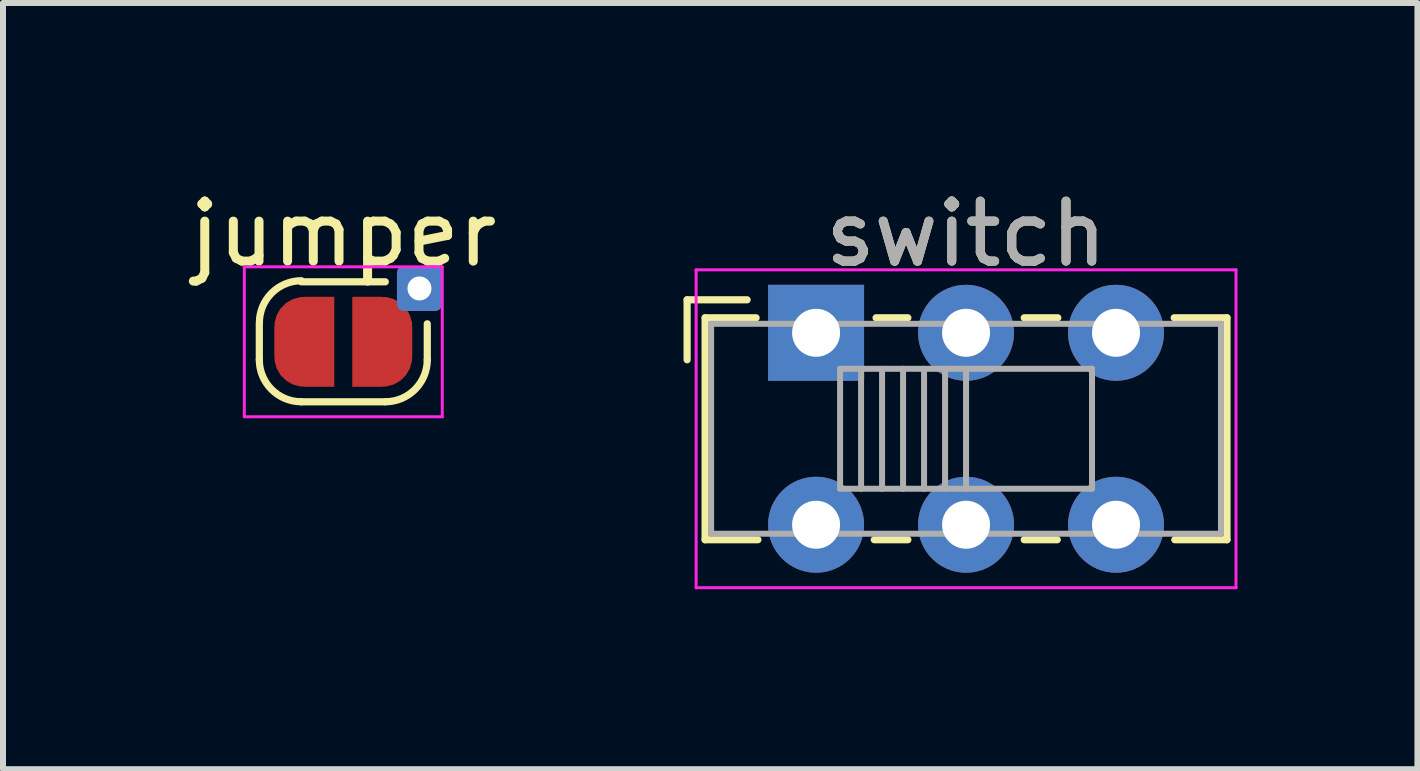
<source format=kicad_pcb>
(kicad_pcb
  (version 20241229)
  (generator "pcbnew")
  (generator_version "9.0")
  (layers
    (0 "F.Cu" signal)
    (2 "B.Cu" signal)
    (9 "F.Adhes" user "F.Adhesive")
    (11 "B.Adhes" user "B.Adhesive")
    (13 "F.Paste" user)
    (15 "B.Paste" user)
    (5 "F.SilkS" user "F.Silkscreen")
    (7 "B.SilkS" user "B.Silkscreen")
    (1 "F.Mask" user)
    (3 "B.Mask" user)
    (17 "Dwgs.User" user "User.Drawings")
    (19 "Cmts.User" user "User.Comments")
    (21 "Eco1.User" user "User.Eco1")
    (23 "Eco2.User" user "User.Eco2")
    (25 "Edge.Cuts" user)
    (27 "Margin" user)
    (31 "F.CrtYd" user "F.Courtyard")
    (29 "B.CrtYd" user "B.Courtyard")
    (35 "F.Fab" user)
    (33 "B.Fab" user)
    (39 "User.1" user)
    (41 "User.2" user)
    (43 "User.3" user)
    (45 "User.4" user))
  (footprint "jumper"
    (layer "F.Cu")
    (at 2.673 2.648)
    (property "Reference" "jumper" (at 0 -1.8 0) (layer "F.SilkS") (effects (font (size 1 1) (thickness 0.15))))
    (attr through_hole exclude_from_pos_files exclude_from_bom)
    (fp_line (start -1.4 0.3) (end -1.4 -0.3) (stroke (width 0.12) (type solid)) (layer "F.SilkS"))
    (fp_line (start -0.7 -1) (end 0.7 -1) (stroke (width 0.12) (type solid)) (layer "F.SilkS"))
    (fp_line (start 0.7 1) (end -0.7 1) (stroke (width 0.12) (type solid)) (layer "F.SilkS"))
    (fp_line (start 1.4 -0.3) (end 1.4 0.3) (stroke (width 0.12) (type solid)) (layer "F.SilkS"))
    (fp_arc (start -1.398825 -0.317825) (mid -1.1938 -0.8128) (end -0.698825 -1.017825) (stroke (width 0.12) (type solid)) (layer "F.SilkS"))
    (fp_arc (start -0.7 1) (mid -1.194975 0.794975) (end -1.4 0.3) (stroke (width 0.12) (type solid)) (layer "F.SilkS"))
    (fp_arc (start 1.4 0.3) (mid 1.194975 0.794975) (end 0.7 1) (stroke (width 0.12) (type solid)) (layer "F.SilkS"))
    (fp_line (start -1.65 -1.25) (end -1.65 1.25) (stroke (width 0.05) (type solid)) (layer "F.CrtYd"))
    (fp_line (start -1.65 -1.25) (end 1.65 -1.25) (stroke (width 0.05) (type solid)) (layer "F.CrtYd"))
    (fp_line (start 1.65 1.25) (end -1.65 1.25) (stroke (width 0.05) (type solid)) (layer "F.CrtYd"))
    (fp_line (start 1.65 1.25) (end 1.65 -1.25) (stroke (width 0.05) (type solid)) (layer "F.CrtYd"))
    (pad "1" smd custom (at -0.65 0) (size 1 0.5) (layers "F.Cu" "F.Mask") (options (anchor rect)) (primitives (gr_circle (center 0 0.25) (end 0.5 0.25) (width 0) (fill yes)) (gr_circle (center 0 -0.25) (end 0.5 -0.25) (width 0) (fill yes)) (gr_poly (pts (xy 0.5 0.75) (xy 0 0.75) (xy 0 -0.75) (xy 0.5 -0.75)) (width 0) (fill yes))))
    (pad "2" smd custom (at 0.65 0) (size 1 0.5) (layers "F.Cu" "F.Mask") (options (anchor rect)) (primitives (gr_circle (center 0 0.25) (end 0.5 0.25) (width 0) (fill yes)) (gr_circle (center 0 -0.25) (end 0.5 -0.25) (width 0) (fill yes)) (gr_poly (pts (xy 0 0.75) (xy -0.5 0.75) (xy -0.5 -0.75) (xy 0 -0.75)) (width 0) (fill yes))))
    (pad "2" thru_hole roundrect (at 1.27 -0.889 270) (size 0.75 0.75) (drill 0.4) (layers "*.Cu" "*.Mask") (roundrect_rratio 0.15)))
  (footprint "switch"
    (layer "F.Cu")
    (at 10.555 2.498)
    (property "Reference" "switch" (at 2.5 -1.65 0) (layer "F.SilkS") (effects (font (size 1 1) (thickness 0.15))))
    (attr through_hole)
    (fp_line (start -2.15 -0.55) (end -1.15 -0.55) (stroke (width 0.12) (type solid)) (layer "F.SilkS"))
    (fp_line (start -2.15 0.45) (end -2.15 -0.55) (stroke (width 0.12) (type solid)) (layer "F.SilkS"))
    (fp_line (start -1.85 -0.25) (end -1 -0.25) (stroke (width 0.12) (type solid)) (layer "F.SilkS"))
    (fp_line (start -1.85 3.45) (end -1.85 -0.25) (stroke (width 0.12) (type solid)) (layer "F.SilkS"))
    (fp_line (start -0.97 3.45) (end -1.85 3.45) (stroke (width 0.12) (type solid)) (layer "F.SilkS"))
    (fp_line (start 1 -0.25) (end 1.53 -0.25) (stroke (width 0.12) (type solid)) (layer "F.SilkS"))
    (fp_line (start 1.53 3.45) (end 0.97 3.45) (stroke (width 0.12) (type solid)) (layer "F.SilkS"))
    (fp_line (start 3.47 -0.25) (end 4.03 -0.25) (stroke (width 0.12) (type solid)) (layer "F.SilkS"))
    (fp_line (start 4.02 3.45) (end 3.47 3.45) (stroke (width 0.12) (type solid)) (layer "F.SilkS"))
    (fp_line (start 5.97 -0.25) (end 6.85 -0.25) (stroke (width 0.12) (type solid)) (layer "F.SilkS"))
    (fp_line (start 6.85 -0.25) (end 6.85 3.45) (stroke (width 0.12) (type solid)) (layer "F.SilkS"))
    (fp_line (start 6.85 3.45) (end 5.98 3.45) (stroke (width 0.12) (type solid)) (layer "F.SilkS"))
    (fp_line (start -2 -1.05) (end 7 -1.05) (stroke (width 0.05) (type solid)) (layer "F.CrtYd"))
    (fp_line (start -2 4.25) (end -2 -1.05) (stroke (width 0.05) (type solid)) (layer "F.CrtYd"))
    (fp_line (start 7 -1.05) (end 7 4.25) (stroke (width 0.05) (type solid)) (layer "F.CrtYd"))
    (fp_line (start 7 4.25) (end -2 4.25) (stroke (width 0.05) (type solid)) (layer "F.CrtYd"))
    (fp_line (start -1.75 -0.15) (end -1.75 3.35) (stroke (width 0.1) (type solid)) (layer "F.Fab"))
    (fp_line (start -1.75 -0.15) (end 6.75 -0.15) (stroke (width 0.1) (type solid)) (layer "F.Fab"))
    (fp_line (start 0.4 0.6) (end 0.4 2.6) (stroke (width 0.1) (type solid)) (layer "F.Fab"))
    (fp_line (start 0.4 0.6) (end 4.6 0.6) (stroke (width 0.1) (type solid)) (layer "F.Fab"))
    (fp_line (start 0.75 0.6) (end 0.75 2.6) (stroke (width 0.1) (type solid)) (layer "F.Fab"))
    (fp_line (start 1.1 0.6) (end 1.1 2.6) (stroke (width 0.1) (type solid)) (layer "F.Fab"))
    (fp_line (start 1.45 0.6) (end 1.45 2.6) (stroke (width 0.1) (type solid)) (layer "F.Fab"))
    (fp_line (start 1.8 0.6) (end 1.8 2.6) (stroke (width 0.1) (type solid)) (layer "F.Fab"))
    (fp_line (start 2.15 0.6) (end 2.15 2.6) (stroke (width 0.1) (type solid)) (layer "F.Fab"))
    (fp_line (start 2.5 0.6) (end 2.5 2.6) (stroke (width 0.1) (type solid)) (layer "F.Fab"))
    (fp_line (start 4.6 0.6) (end 4.6 2.6) (stroke (width 0.1) (type solid)) (layer "F.Fab"))
    (fp_line (start 4.6 2.6) (end 0.4 2.6) (stroke (width 0.1) (type solid)) (layer "F.Fab"))
    (fp_line (start 6.75 -0.15) (end 6.75 3.35) (stroke (width 0.1) (type solid)) (layer "F.Fab"))
    (fp_line (start 6.75 3.35) (end -1.75 3.35) (stroke (width 0.1) (type solid)) (layer "F.Fab"))
    (fp_text user "${REFERENCE}" (at 2.5 -1.65 0) (layer "F.Fab") (effects (font (size 1 1) (thickness 0.15))))
    (pad "1" thru_hole rect (at 0 0) (size 1.6 1.6) (drill 0.8) (layers "*.Cu" "*.Mask"))
    (pad "1" thru_hole circle (at 0 3.2) (size 1.6 1.6) (drill 0.8) (layers "*.Cu" "*.Mask"))
    (pad "2" thru_hole circle (at 2.5 0) (size 1.6 1.6) (drill 0.8) (layers "*.Cu" "*.Mask"))
    (pad "2" thru_hole circle (at 2.5 3.2) (size 1.6 1.6) (drill 0.8) (layers "*.Cu" "*.Mask"))
    (pad "3" thru_hole circle (at 5 0) (size 1.6 1.6) (drill 0.8) (layers "*.Cu" "*.Mask"))
    (pad "3" thru_hole circle (at 5 3.2) (size 1.6 1.6) (drill 0.8) (layers "*.Cu" "*.Mask")))
  (gr_rect
    (start -3 -3)
    (end 20.58 9.773)
    (stroke (width 0.1) (type default))
    (fill no)
    (layer "Edge.Cuts")))
</source>
